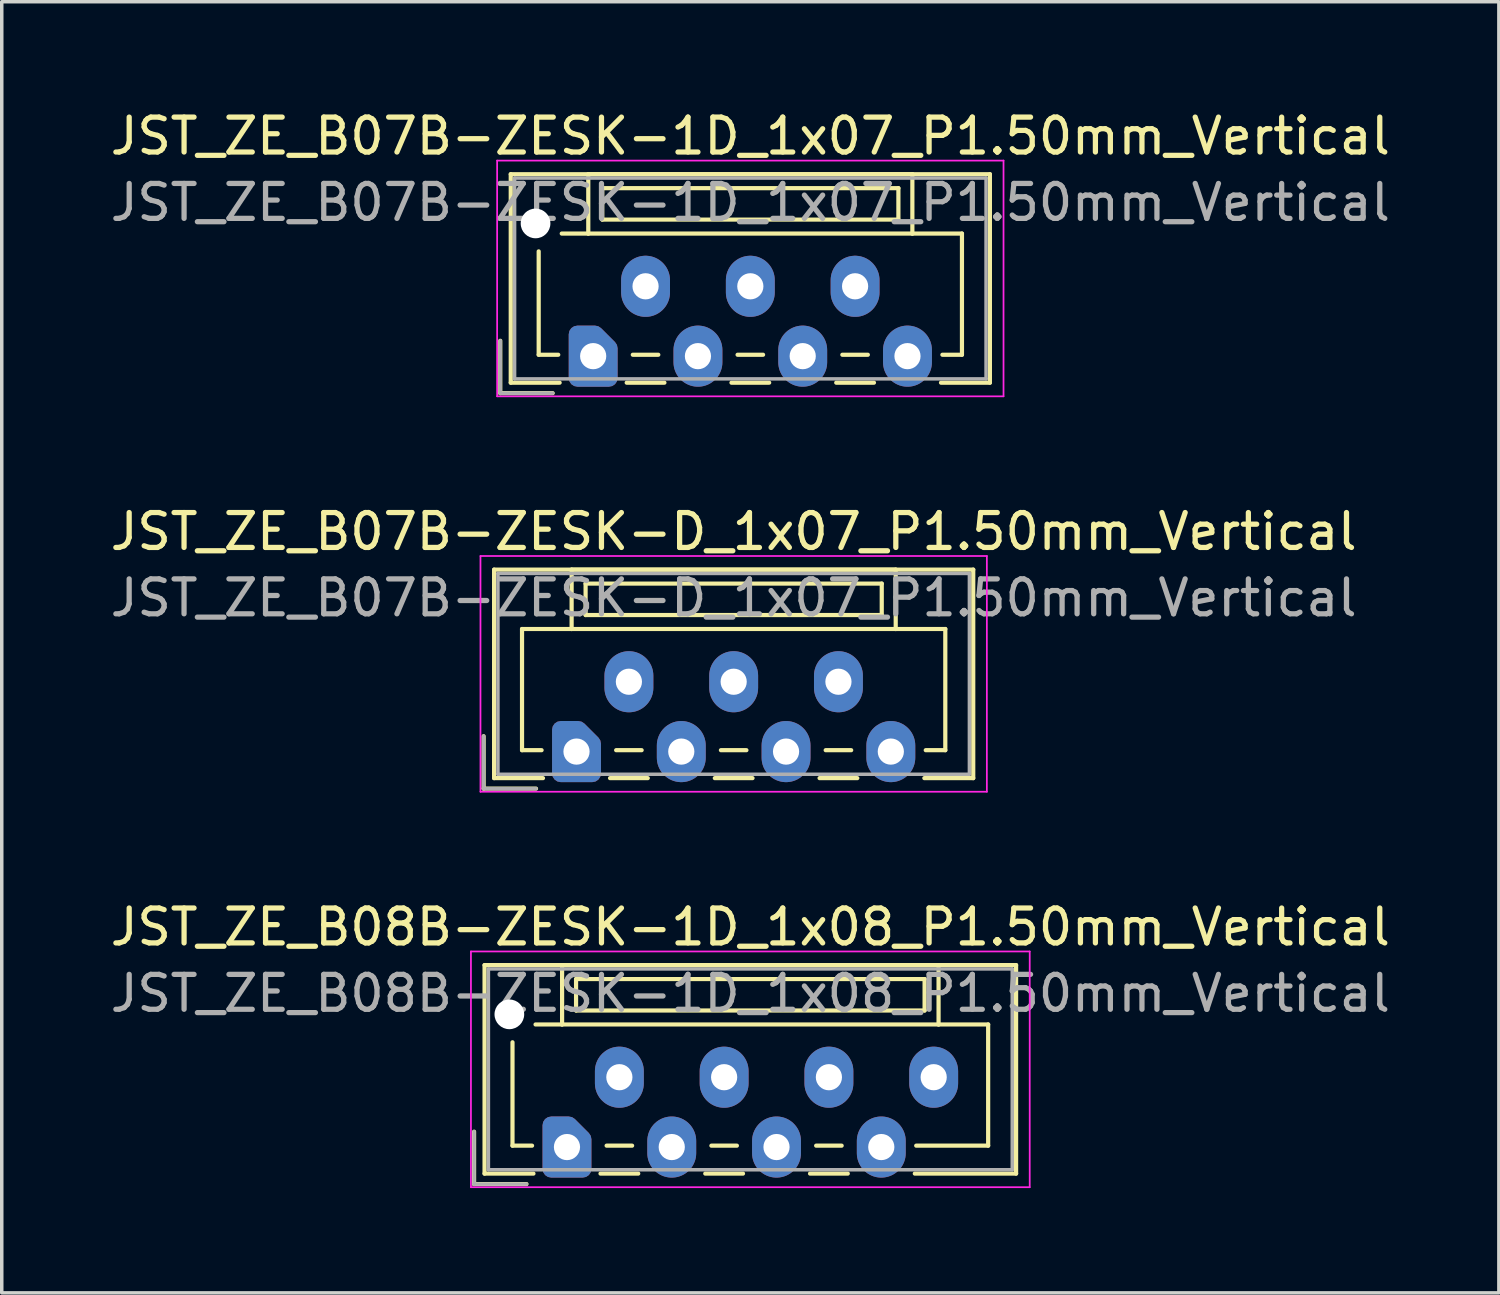
<source format=kicad_pcb>
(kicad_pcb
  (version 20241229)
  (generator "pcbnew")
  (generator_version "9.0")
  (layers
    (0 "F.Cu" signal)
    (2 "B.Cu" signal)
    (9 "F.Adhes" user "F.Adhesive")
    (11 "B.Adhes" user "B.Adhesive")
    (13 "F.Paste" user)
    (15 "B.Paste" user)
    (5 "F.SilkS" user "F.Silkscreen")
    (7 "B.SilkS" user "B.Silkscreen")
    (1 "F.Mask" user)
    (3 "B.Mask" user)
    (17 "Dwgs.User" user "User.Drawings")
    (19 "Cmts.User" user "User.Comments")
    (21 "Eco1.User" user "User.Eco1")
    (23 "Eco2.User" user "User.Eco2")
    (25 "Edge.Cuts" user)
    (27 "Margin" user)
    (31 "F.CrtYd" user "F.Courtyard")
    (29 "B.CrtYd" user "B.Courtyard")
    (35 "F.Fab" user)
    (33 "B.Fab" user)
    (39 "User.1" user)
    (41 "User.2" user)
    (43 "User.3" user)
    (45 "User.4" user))
  (footprint "JST_ZE_B08B-ZESK-1D_1x08_P1.50mm_Vertical"
    (layer "F.Cu")
    (at 13.185 29.795)
    (property "Reference" "JST_ZE_B08B-ZESK-1D_1x08_P1.50mm_Vertical" (at 5.25 -6.3 0) (layer "F.SilkS") (effects (font (size 1 1) (thickness 0.15))))
    (attr through_hole)
    (fp_line (start -2.66 -0.44) (end -2.66 1.06) (stroke (width 0.12) (type solid)) (layer "F.SilkS"))
    (fp_line (start -2.66 1.06) (end -1.16 1.06) (stroke (width 0.12) (type solid)) (layer "F.SilkS"))
    (fp_line (start -2.36 -5.21) (end 12.86 -5.21) (stroke (width 0.12) (type solid)) (layer "F.SilkS"))
    (fp_line (start -2.36 0.76) (end -2.36 -5.21) (stroke (width 0.12) (type solid)) (layer "F.SilkS"))
    (fp_line (start -1.56 -3) (end -1.56 -0.04) (stroke (width 0.12) (type solid)) (layer "F.SilkS"))
    (fp_line (start -1.56 -0.04) (end -1 -0.04) (stroke (width 0.12) (type solid)) (layer "F.SilkS"))
    (fp_line (start -0.96 0.76) (end -2.36 0.76) (stroke (width 0.12) (type solid)) (layer "F.SilkS"))
    (fp_line (start -0.14 -5.21) (end -0.14 -3.51) (stroke (width 0.12) (type solid)) (layer "F.SilkS"))
    (fp_line (start -0.14 -3.51) (end -0.9 -3.51) (stroke (width 0.12) (type solid)) (layer "F.SilkS"))
    (fp_line (start -0.14 -3.51) (end 10.64 -3.51) (stroke (width 0.12) (type solid)) (layer "F.SilkS"))
    (fp_line (start 0.26 -4.81) (end 0.26 -3.91) (stroke (width 0.12) (type solid)) (layer "F.SilkS"))
    (fp_line (start 0.26 -3.91) (end 10.24 -3.91) (stroke (width 0.12) (type solid)) (layer "F.SilkS"))
    (fp_line (start 0.96 0.76) (end 2.04 0.76) (stroke (width 0.12) (type solid)) (layer "F.SilkS"))
    (fp_line (start 1.135 -0.04) (end 1.865 -0.04) (stroke (width 0.12) (type solid)) (layer "F.SilkS"))
    (fp_line (start 3.96 0.76) (end 5.04 0.76) (stroke (width 0.12) (type solid)) (layer "F.SilkS"))
    (fp_line (start 4.135 -0.04) (end 4.865 -0.04) (stroke (width 0.12) (type solid)) (layer "F.SilkS"))
    (fp_line (start 6.96 0.76) (end 8.04 0.76) (stroke (width 0.12) (type solid)) (layer "F.SilkS"))
    (fp_line (start 7.135 -0.04) (end 7.865 -0.04) (stroke (width 0.12) (type solid)) (layer "F.SilkS"))
    (fp_line (start 10.24 -4.81) (end 0.26 -4.81) (stroke (width 0.12) (type solid)) (layer "F.SilkS"))
    (fp_line (start 10.24 -3.91) (end 10.24 -4.81) (stroke (width 0.12) (type solid)) (layer "F.SilkS"))
    (fp_line (start 10.64 -5.21) (end -0.14 -5.21) (stroke (width 0.12) (type solid)) (layer "F.SilkS"))
    (fp_line (start 10.64 -3.51) (end 10.64 -5.21) (stroke (width 0.12) (type solid)) (layer "F.SilkS"))
    (fp_line (start 10.64 -3.51) (end 12.06 -3.51) (stroke (width 0.12) (type solid)) (layer "F.SilkS"))
    (fp_line (start 12.06 -3.51) (end 12.06 -0.04) (stroke (width 0.12) (type solid)) (layer "F.SilkS"))
    (fp_line (start 12.06 -0.04) (end 10 -0.04) (stroke (width 0.12) (type solid)) (layer "F.SilkS"))
    (fp_line (start 12.86 -5.21) (end 12.86 0.76) (stroke (width 0.12) (type solid)) (layer "F.SilkS"))
    (fp_line (start 12.86 0.76) (end 9.96 0.76) (stroke (width 0.12) (type solid)) (layer "F.SilkS"))
    (fp_line (start -2.75 -5.6) (end -2.75 1.15) (stroke (width 0.05) (type solid)) (layer "F.CrtYd"))
    (fp_line (start -2.75 1.15) (end 13.25 1.15) (stroke (width 0.05) (type solid)) (layer "F.CrtYd"))
    (fp_line (start 13.25 -5.6) (end -2.75 -5.6) (stroke (width 0.05) (type solid)) (layer "F.CrtYd"))
    (fp_line (start 13.25 1.15) (end 13.25 -5.6) (stroke (width 0.05) (type solid)) (layer "F.CrtYd"))
    (fp_line (start -2.66 -0.44) (end -2.66 1.06) (stroke (width 0.1) (type solid)) (layer "F.Fab"))
    (fp_line (start -2.66 1.06) (end -1.16 1.06) (stroke (width 0.1) (type solid)) (layer "F.Fab"))
    (fp_line (start -2.25 -5.1) (end -2.25 0.65) (stroke (width 0.1) (type solid)) (layer "F.Fab"))
    (fp_line (start -2.25 0.65) (end 12.75 0.65) (stroke (width 0.1) (type solid)) (layer "F.Fab"))
    (fp_line (start 12.75 -5.1) (end -2.25 -5.1) (stroke (width 0.1) (type solid)) (layer "F.Fab"))
    (fp_line (start 12.75 0.65) (end 12.75 -5.1) (stroke (width 0.1) (type solid)) (layer "F.Fab"))
    (fp_text user "${REFERENCE}" (at 5.25 -4.4 0) (layer "F.Fab") (effects (font (size 1 1) (thickness 0.15))))
    (pad "" np_thru_hole circle (at -1.65 -3.8) (size 0.85 0.85) (drill 0.85) (layers "*.Cu" "*.Mask"))
    (pad "1" thru_hole custom (at 0 0) (size 1.117 1.117) (drill 0.75) (layers "*.Cu" "*.Mask") (options (anchor circle)) (primitives (gr_poly (pts (xy -0.45 -0.625) (xy 0.05 -0.625) (xy 0.45 -0.225) (xy 0.45 0.625) (xy -0.45 0.625)) (width 0.5) (fill yes))))
    (pad "2" thru_hole oval (at 1.5 -2) (size 1.4 1.75) (drill 0.75) (layers "*.Cu" "*.Mask"))
    (pad "3" thru_hole oval (at 3 0) (size 1.4 1.75) (drill 0.75) (layers "*.Cu" "*.Mask"))
    (pad "4" thru_hole oval (at 4.5 -2) (size 1.4 1.75) (drill 0.75) (layers "*.Cu" "*.Mask"))
    (pad "5" thru_hole oval (at 6 0) (size 1.4 1.75) (drill 0.75) (layers "*.Cu" "*.Mask"))
    (pad "6" thru_hole oval (at 7.5 -2) (size 1.4 1.75) (drill 0.75) (layers "*.Cu" "*.Mask"))
    (pad "7" thru_hole oval (at 9 0) (size 1.4 1.75) (drill 0.75) (layers "*.Cu" "*.Mask"))
    (pad "8" thru_hole oval (at 10.5 -2) (size 1.4 1.75) (drill 0.75) (layers "*.Cu" "*.Mask")))
  (footprint "JST_ZE_B07B-ZESK-D_1x07_P1.50mm_Vertical"
    (layer "F.Cu")
    (at 13.458 18.471)
    (property "Reference" "JST_ZE_B07B-ZESK-D_1x07_P1.50mm_Vertical" (at 4.5 -6.3 0) (layer "F.SilkS") (effects (font (size 1 1) (thickness 0.15))))
    (attr through_hole)
    (fp_line (start -2.66 -0.44) (end -2.66 1.06) (stroke (width 0.12) (type solid)) (layer "F.SilkS"))
    (fp_line (start -2.66 1.06) (end -1.16 1.06) (stroke (width 0.12) (type solid)) (layer "F.SilkS"))
    (fp_line (start -2.36 -5.21) (end 11.36 -5.21) (stroke (width 0.12) (type solid)) (layer "F.SilkS"))
    (fp_line (start -2.36 0.76) (end -2.36 -5.21) (stroke (width 0.12) (type solid)) (layer "F.SilkS"))
    (fp_line (start -1.56 -3.51) (end -1.56 -0.04) (stroke (width 0.12) (type solid)) (layer "F.SilkS"))
    (fp_line (start -1.56 -0.04) (end -1 -0.04) (stroke (width 0.12) (type solid)) (layer "F.SilkS"))
    (fp_line (start -0.96 0.76) (end -2.36 0.76) (stroke (width 0.12) (type solid)) (layer "F.SilkS"))
    (fp_line (start -0.14 -5.21) (end -0.14 -3.51) (stroke (width 0.12) (type solid)) (layer "F.SilkS"))
    (fp_line (start -0.14 -3.51) (end -1.56 -3.51) (stroke (width 0.12) (type solid)) (layer "F.SilkS"))
    (fp_line (start -0.14 -3.51) (end 9.14 -3.51) (stroke (width 0.12) (type solid)) (layer "F.SilkS"))
    (fp_line (start 0.26 -4.81) (end 0.26 -3.91) (stroke (width 0.12) (type solid)) (layer "F.SilkS"))
    (fp_line (start 0.26 -3.91) (end 8.74 -3.91) (stroke (width 0.12) (type solid)) (layer "F.SilkS"))
    (fp_line (start 0.96 0.76) (end 2.04 0.76) (stroke (width 0.12) (type solid)) (layer "F.SilkS"))
    (fp_line (start 1.135 -0.04) (end 1.865 -0.04) (stroke (width 0.12) (type solid)) (layer "F.SilkS"))
    (fp_line (start 3.96 0.76) (end 5.04 0.76) (stroke (width 0.12) (type solid)) (layer "F.SilkS"))
    (fp_line (start 4.135 -0.04) (end 4.865 -0.04) (stroke (width 0.12) (type solid)) (layer "F.SilkS"))
    (fp_line (start 6.96 0.76) (end 8.04 0.76) (stroke (width 0.12) (type solid)) (layer "F.SilkS"))
    (fp_line (start 7.135 -0.04) (end 7.865 -0.04) (stroke (width 0.12) (type solid)) (layer "F.SilkS"))
    (fp_line (start 8.74 -4.81) (end 0.26 -4.81) (stroke (width 0.12) (type solid)) (layer "F.SilkS"))
    (fp_line (start 8.74 -3.91) (end 8.74 -4.81) (stroke (width 0.12) (type solid)) (layer "F.SilkS"))
    (fp_line (start 9.14 -5.21) (end -0.14 -5.21) (stroke (width 0.12) (type solid)) (layer "F.SilkS"))
    (fp_line (start 9.14 -3.51) (end 9.14 -5.21) (stroke (width 0.12) (type solid)) (layer "F.SilkS"))
    (fp_line (start 9.14 -3.51) (end 10.56 -3.51) (stroke (width 0.12) (type solid)) (layer "F.SilkS"))
    (fp_line (start 10.56 -3.51) (end 10.56 -0.04) (stroke (width 0.12) (type solid)) (layer "F.SilkS"))
    (fp_line (start 10.56 -0.04) (end 10 -0.04) (stroke (width 0.12) (type solid)) (layer "F.SilkS"))
    (fp_line (start 11.36 -5.21) (end 11.36 0.76) (stroke (width 0.12) (type solid)) (layer "F.SilkS"))
    (fp_line (start 11.36 0.76) (end 9.96 0.76) (stroke (width 0.12) (type solid)) (layer "F.SilkS"))
    (fp_line (start -2.75 -5.6) (end -2.75 1.15) (stroke (width 0.05) (type solid)) (layer "F.CrtYd"))
    (fp_line (start -2.75 1.15) (end 11.75 1.15) (stroke (width 0.05) (type solid)) (layer "F.CrtYd"))
    (fp_line (start 11.75 -5.6) (end -2.75 -5.6) (stroke (width 0.05) (type solid)) (layer "F.CrtYd"))
    (fp_line (start 11.75 1.15) (end 11.75 -5.6) (stroke (width 0.05) (type solid)) (layer "F.CrtYd"))
    (fp_line (start -2.66 -0.44) (end -2.66 1.06) (stroke (width 0.1) (type solid)) (layer "F.Fab"))
    (fp_line (start -2.66 1.06) (end -1.16 1.06) (stroke (width 0.1) (type solid)) (layer "F.Fab"))
    (fp_line (start -2.25 -5.1) (end -2.25 0.65) (stroke (width 0.1) (type solid)) (layer "F.Fab"))
    (fp_line (start -2.25 0.65) (end 11.25 0.65) (stroke (width 0.1) (type solid)) (layer "F.Fab"))
    (fp_line (start 11.25 -5.1) (end -2.25 -5.1) (stroke (width 0.1) (type solid)) (layer "F.Fab"))
    (fp_line (start 11.25 0.65) (end 11.25 -5.1) (stroke (width 0.1) (type solid)) (layer "F.Fab"))
    (fp_text user "${REFERENCE}" (at 4.5 -4.4 0) (layer "F.Fab") (effects (font (size 1 1) (thickness 0.15))))
    (pad "1" thru_hole custom (at 0 0) (size 1.117 1.117) (drill 0.75) (layers "*.Cu" "*.Mask") (options (anchor circle)) (primitives (gr_poly (pts (xy -0.45 -0.625) (xy 0.05 -0.625) (xy 0.45 -0.225) (xy 0.45 0.625) (xy -0.45 0.625)) (width 0.5) (fill yes))))
    (pad "2" thru_hole oval (at 1.5 -2) (size 1.4 1.75) (drill 0.75) (layers "*.Cu" "*.Mask"))
    (pad "3" thru_hole oval (at 3 0) (size 1.4 1.75) (drill 0.75) (layers "*.Cu" "*.Mask"))
    (pad "4" thru_hole oval (at 4.5 -2) (size 1.4 1.75) (drill 0.75) (layers "*.Cu" "*.Mask"))
    (pad "5" thru_hole oval (at 6 0) (size 1.4 1.75) (drill 0.75) (layers "*.Cu" "*.Mask"))
    (pad "6" thru_hole oval (at 7.5 -2) (size 1.4 1.75) (drill 0.75) (layers "*.Cu" "*.Mask"))
    (pad "7" thru_hole oval (at 9 0) (size 1.4 1.75) (drill 0.75) (layers "*.Cu" "*.Mask")))
  (footprint "JST_ZE_B07B-ZESK-1D_1x07_P1.50mm_Vertical"
    (layer "F.Cu")
    (at 13.935 7.148)
    (property "Reference" "JST_ZE_B07B-ZESK-1D_1x07_P1.50mm_Vertical" (at 4.5 -6.3 0) (layer "F.SilkS") (effects (font (size 1 1) (thickness 0.15))))
    (attr through_hole)
    (fp_line (start -2.66 -0.44) (end -2.66 1.06) (stroke (width 0.12) (type solid)) (layer "F.SilkS"))
    (fp_line (start -2.66 1.06) (end -1.16 1.06) (stroke (width 0.12) (type solid)) (layer "F.SilkS"))
    (fp_line (start -2.36 -5.21) (end 11.36 -5.21) (stroke (width 0.12) (type solid)) (layer "F.SilkS"))
    (fp_line (start -2.36 0.76) (end -2.36 -5.21) (stroke (width 0.12) (type solid)) (layer "F.SilkS"))
    (fp_line (start -1.56 -3) (end -1.56 -0.04) (stroke (width 0.12) (type solid)) (layer "F.SilkS"))
    (fp_line (start -1.56 -0.04) (end -1 -0.04) (stroke (width 0.12) (type solid)) (layer "F.SilkS"))
    (fp_line (start -0.96 0.76) (end -2.36 0.76) (stroke (width 0.12) (type solid)) (layer "F.SilkS"))
    (fp_line (start -0.14 -5.21) (end -0.14 -3.51) (stroke (width 0.12) (type solid)) (layer "F.SilkS"))
    (fp_line (start -0.14 -3.51) (end -0.9 -3.51) (stroke (width 0.12) (type solid)) (layer "F.SilkS"))
    (fp_line (start -0.14 -3.51) (end 9.14 -3.51) (stroke (width 0.12) (type solid)) (layer "F.SilkS"))
    (fp_line (start 0.26 -4.81) (end 0.26 -3.91) (stroke (width 0.12) (type solid)) (layer "F.SilkS"))
    (fp_line (start 0.26 -3.91) (end 8.74 -3.91) (stroke (width 0.12) (type solid)) (layer "F.SilkS"))
    (fp_line (start 0.96 0.76) (end 2.04 0.76) (stroke (width 0.12) (type solid)) (layer "F.SilkS"))
    (fp_line (start 1.135 -0.04) (end 1.865 -0.04) (stroke (width 0.12) (type solid)) (layer "F.SilkS"))
    (fp_line (start 3.96 0.76) (end 5.04 0.76) (stroke (width 0.12) (type solid)) (layer "F.SilkS"))
    (fp_line (start 4.135 -0.04) (end 4.865 -0.04) (stroke (width 0.12) (type solid)) (layer "F.SilkS"))
    (fp_line (start 6.96 0.76) (end 8.04 0.76) (stroke (width 0.12) (type solid)) (layer "F.SilkS"))
    (fp_line (start 7.135 -0.04) (end 7.865 -0.04) (stroke (width 0.12) (type solid)) (layer "F.SilkS"))
    (fp_line (start 8.74 -4.81) (end 0.26 -4.81) (stroke (width 0.12) (type solid)) (layer "F.SilkS"))
    (fp_line (start 8.74 -3.91) (end 8.74 -4.81) (stroke (width 0.12) (type solid)) (layer "F.SilkS"))
    (fp_line (start 9.14 -5.21) (end -0.14 -5.21) (stroke (width 0.12) (type solid)) (layer "F.SilkS"))
    (fp_line (start 9.14 -3.51) (end 9.14 -5.21) (stroke (width 0.12) (type solid)) (layer "F.SilkS"))
    (fp_line (start 9.14 -3.51) (end 10.56 -3.51) (stroke (width 0.12) (type solid)) (layer "F.SilkS"))
    (fp_line (start 10.56 -3.51) (end 10.56 -0.04) (stroke (width 0.12) (type solid)) (layer "F.SilkS"))
    (fp_line (start 10.56 -0.04) (end 10 -0.04) (stroke (width 0.12) (type solid)) (layer "F.SilkS"))
    (fp_line (start 11.36 -5.21) (end 11.36 0.76) (stroke (width 0.12) (type solid)) (layer "F.SilkS"))
    (fp_line (start 11.36 0.76) (end 9.96 0.76) (stroke (width 0.12) (type solid)) (layer "F.SilkS"))
    (fp_line (start -2.75 -5.6) (end -2.75 1.15) (stroke (width 0.05) (type solid)) (layer "F.CrtYd"))
    (fp_line (start -2.75 1.15) (end 11.75 1.15) (stroke (width 0.05) (type solid)) (layer "F.CrtYd"))
    (fp_line (start 11.75 -5.6) (end -2.75 -5.6) (stroke (width 0.05) (type solid)) (layer "F.CrtYd"))
    (fp_line (start 11.75 1.15) (end 11.75 -5.6) (stroke (width 0.05) (type solid)) (layer "F.CrtYd"))
    (fp_line (start -2.66 -0.44) (end -2.66 1.06) (stroke (width 0.1) (type solid)) (layer "F.Fab"))
    (fp_line (start -2.66 1.06) (end -1.16 1.06) (stroke (width 0.1) (type solid)) (layer "F.Fab"))
    (fp_line (start -2.25 -5.1) (end -2.25 0.65) (stroke (width 0.1) (type solid)) (layer "F.Fab"))
    (fp_line (start -2.25 0.65) (end 11.25 0.65) (stroke (width 0.1) (type solid)) (layer "F.Fab"))
    (fp_line (start 11.25 -5.1) (end -2.25 -5.1) (stroke (width 0.1) (type solid)) (layer "F.Fab"))
    (fp_line (start 11.25 0.65) (end 11.25 -5.1) (stroke (width 0.1) (type solid)) (layer "F.Fab"))
    (fp_text user "${REFERENCE}" (at 4.5 -4.4 0) (layer "F.Fab") (effects (font (size 1 1) (thickness 0.15))))
    (pad "" np_thru_hole circle (at -1.65 -3.8) (size 0.85 0.85) (drill 0.85) (layers "*.Cu" "*.Mask"))
    (pad "1" thru_hole custom (at 0 0) (size 1.117 1.117) (drill 0.75) (layers "*.Cu" "*.Mask") (options (anchor circle)) (primitives (gr_poly (pts (xy -0.45 -0.625) (xy 0.05 -0.625) (xy 0.45 -0.225) (xy 0.45 0.625) (xy -0.45 0.625)) (width 0.5) (fill yes))))
    (pad "2" thru_hole oval (at 1.5 -2) (size 1.4 1.75) (drill 0.75) (layers "*.Cu" "*.Mask"))
    (pad "3" thru_hole oval (at 3 0) (size 1.4 1.75) (drill 0.75) (layers "*.Cu" "*.Mask"))
    (pad "4" thru_hole oval (at 4.5 -2) (size 1.4 1.75) (drill 0.75) (layers "*.Cu" "*.Mask"))
    (pad "5" thru_hole oval (at 6 0) (size 1.4 1.75) (drill 0.75) (layers "*.Cu" "*.Mask"))
    (pad "6" thru_hole oval (at 7.5 -2) (size 1.4 1.75) (drill 0.75) (layers "*.Cu" "*.Mask"))
    (pad "7" thru_hole oval (at 9 0) (size 1.4 1.75) (drill 0.75) (layers "*.Cu" "*.Mask")))
  (gr_rect
    (start -3 -3)
    (end 39.869 33.97)
    (stroke (width 0.1) (type default))
    (fill no)
    (layer "Edge.Cuts")))
</source>
